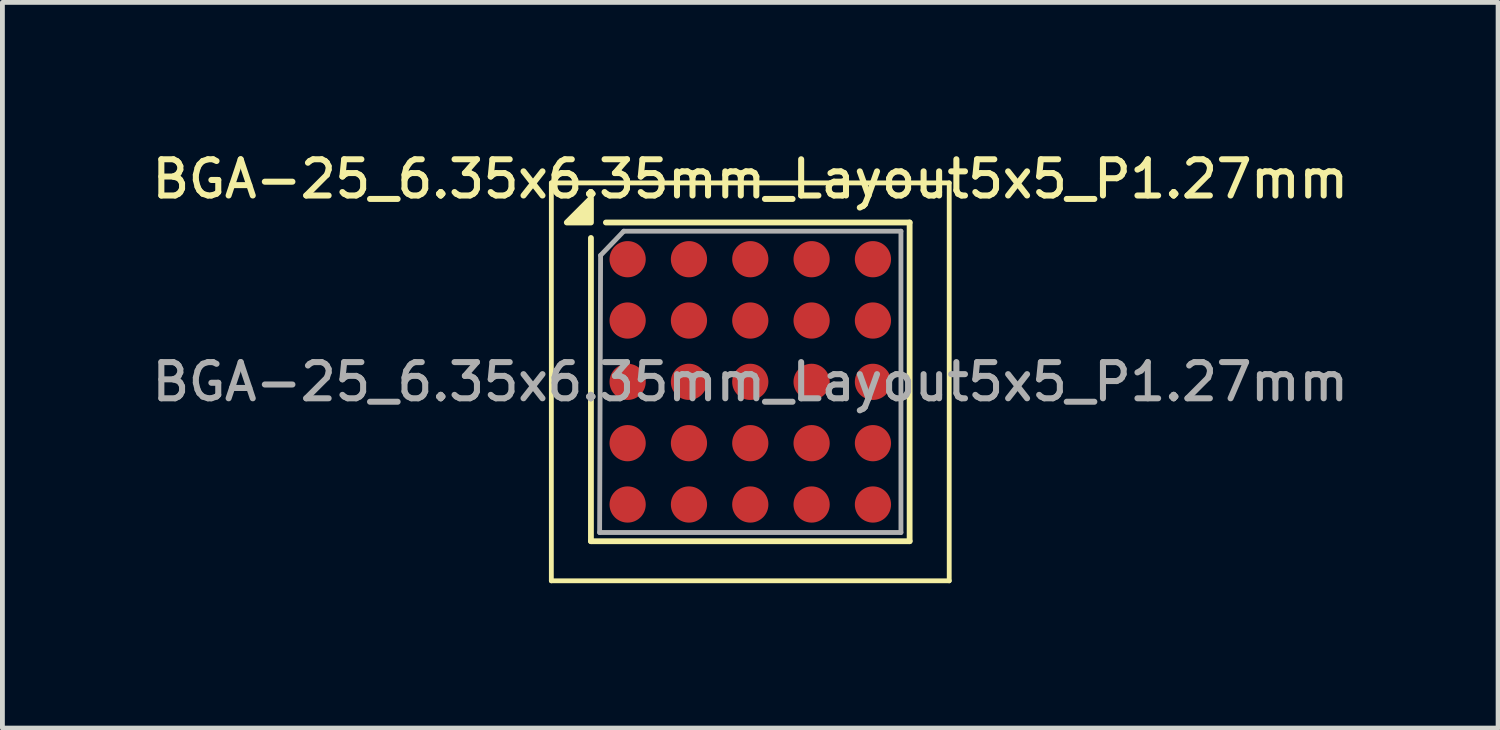
<source format=kicad_pcb>
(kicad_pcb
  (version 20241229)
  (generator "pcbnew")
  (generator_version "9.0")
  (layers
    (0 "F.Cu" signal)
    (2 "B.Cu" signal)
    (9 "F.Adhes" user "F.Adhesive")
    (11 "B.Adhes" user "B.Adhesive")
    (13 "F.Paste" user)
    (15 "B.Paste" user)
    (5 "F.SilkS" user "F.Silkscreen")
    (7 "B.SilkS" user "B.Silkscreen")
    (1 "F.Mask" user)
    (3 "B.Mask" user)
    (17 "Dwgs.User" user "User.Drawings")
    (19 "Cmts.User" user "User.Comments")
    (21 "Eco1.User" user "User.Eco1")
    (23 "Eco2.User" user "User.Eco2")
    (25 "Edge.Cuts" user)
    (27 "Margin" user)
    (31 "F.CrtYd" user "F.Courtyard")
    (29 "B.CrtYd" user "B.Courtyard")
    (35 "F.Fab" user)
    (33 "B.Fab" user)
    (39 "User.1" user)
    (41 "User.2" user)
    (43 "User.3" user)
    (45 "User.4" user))
  (footprint "BGA-25_6.35x6.35mm_Layout5x5_P1.27mm"
    (layer "F.Cu")
    (at 12.488 4.858)
    (property "Reference" "BGA-25_6.35x6.35mm_Layout5x5_P1.27mm" (at 0 -4.2 0) (layer "F.SilkS") (effects (font (size 0.75 0.75) (thickness 0.125))))
    (attr smd)
    (fp_line (start -4.12 -4.12) (end -4.12 4.12) (stroke (width 0.1) (type solid)) (layer "F.SilkS"))
    (fp_line (start -4.12 -4.12) (end 4.12 -4.12) (stroke (width 0.1) (type solid)) (layer "F.SilkS"))
    (fp_line (start -3.3 3.3) (end -3.3 -2.98) (stroke (width 0.12) (type solid)) (layer "F.SilkS"))
    (fp_line (start -2.99 -3.3) (end 3.3 -3.3) (stroke (width 0.12) (type solid)) (layer "F.SilkS"))
    (fp_line (start 3.3 -3.3) (end 3.3 3.3) (stroke (width 0.12) (type solid)) (layer "F.SilkS"))
    (fp_line (start 3.3 3.3) (end -3.3 3.3) (stroke (width 0.12) (type solid)) (layer "F.SilkS"))
    (fp_line (start 4.12 4.12) (end -4.12 4.12) (stroke (width 0.1) (type solid)) (layer "F.SilkS"))
    (fp_line (start 4.12 4.12) (end 4.12 -4.12) (stroke (width 0.1) (type solid)) (layer "F.SilkS"))
    (fp_poly (pts (xy -3.3 -3.3) (xy -3.8 -3.3) (xy -3.3 -3.8) (xy -3.3 -3.3)) (stroke (width 0.12) (type solid)) (fill yes) (layer "F.SilkS"))
    (fp_line (start -3.12 3.12) (end -3.1 -2.62) (stroke (width 0.1) (type solid)) (layer "F.Fab"))
    (fp_line (start -3.1 -2.62) (end -2.62 -3.12) (stroke (width 0.1) (type solid)) (layer "F.Fab"))
    (fp_line (start -2.62 -3.12) (end 3.12 -3.12) (stroke (width 0.1) (type solid)) (layer "F.Fab"))
    (fp_line (start 3.12 -3.12) (end 3.12 3.12) (stroke (width 0.1) (type solid)) (layer "F.Fab"))
    (fp_line (start 3.12 3.12) (end -3.12 3.12) (stroke (width 0.1) (type solid)) (layer "F.Fab"))
    (fp_text user "${REFERENCE}" (at 0 0 0) (layer "F.Fab") (effects (font (size 0.75 0.75) (thickness 0.125))))
    (pad "A1" smd circle (at -2.54 -2.54) (size 0.75 0.75) (property pad_prop_bga) (layers "F.Cu" "F.Mask" "F.Paste"))
    (pad "A2" smd circle (at -1.27 -2.54) (size 0.75 0.75) (property pad_prop_bga) (layers "F.Cu" "F.Mask" "F.Paste"))
    (pad "A3" smd circle (at 0 -2.54) (size 0.75 0.75) (property pad_prop_bga) (layers "F.Cu" "F.Mask" "F.Paste"))
    (pad "A4" smd circle (at 1.27 -2.54) (size 0.75 0.75) (property pad_prop_bga) (layers "F.Cu" "F.Mask" "F.Paste"))
    (pad "A5" smd circle (at 2.54 -2.54) (size 0.75 0.75) (property pad_prop_bga) (layers "F.Cu" "F.Mask" "F.Paste"))
    (pad "B1" smd circle (at -2.54 -1.27) (size 0.75 0.75) (property pad_prop_bga) (layers "F.Cu" "F.Mask" "F.Paste"))
    (pad "B2" smd circle (at -1.27 -1.27) (size 0.75 0.75) (property pad_prop_bga) (layers "F.Cu" "F.Mask" "F.Paste"))
    (pad "B3" smd circle (at 0 -1.27) (size 0.75 0.75) (property pad_prop_bga) (layers "F.Cu" "F.Mask" "F.Paste"))
    (pad "B4" smd circle (at 1.27 -1.27) (size 0.75 0.75) (property pad_prop_bga) (layers "F.Cu" "F.Mask" "F.Paste"))
    (pad "B5" smd circle (at 2.54 -1.27) (size 0.75 0.75) (property pad_prop_bga) (layers "F.Cu" "F.Mask" "F.Paste"))
    (pad "C1" smd circle (at -2.54 0) (size 0.75 0.75) (property pad_prop_bga) (layers "F.Cu" "F.Mask" "F.Paste"))
    (pad "C2" smd circle (at -1.27 0) (size 0.75 0.75) (property pad_prop_bga) (layers "F.Cu" "F.Mask" "F.Paste"))
    (pad "C3" smd circle (at 0 0) (size 0.75 0.75) (property pad_prop_bga) (layers "F.Cu" "F.Mask" "F.Paste"))
    (pad "C4" smd circle (at 1.27 0) (size 0.75 0.75) (property pad_prop_bga) (layers "F.Cu" "F.Mask" "F.Paste"))
    (pad "C5" smd circle (at 2.54 0) (size 0.75 0.75) (property pad_prop_bga) (layers "F.Cu" "F.Mask" "F.Paste"))
    (pad "D1" smd circle (at -2.54 1.27) (size 0.75 0.75) (property pad_prop_bga) (layers "F.Cu" "F.Mask" "F.Paste"))
    (pad "D2" smd circle (at -1.27 1.27) (size 0.75 0.75) (property pad_prop_bga) (layers "F.Cu" "F.Mask" "F.Paste"))
    (pad "D3" smd circle (at 0 1.27) (size 0.75 0.75) (property pad_prop_bga) (layers "F.Cu" "F.Mask" "F.Paste"))
    (pad "D4" smd circle (at 1.27 1.27) (size 0.75 0.75) (property pad_prop_bga) (layers "F.Cu" "F.Mask" "F.Paste"))
    (pad "D5" smd circle (at 2.54 1.27) (size 0.75 0.75) (property pad_prop_bga) (layers "F.Cu" "F.Mask" "F.Paste"))
    (pad "E1" smd circle (at -2.54 2.54) (size 0.75 0.75) (property pad_prop_bga) (layers "F.Cu" "F.Mask" "F.Paste"))
    (pad "E2" smd circle (at -1.27 2.54) (size 0.75 0.75) (property pad_prop_bga) (layers "F.Cu" "F.Mask" "F.Paste"))
    (pad "E3" smd circle (at 0 2.54) (size 0.75 0.75) (property pad_prop_bga) (layers "F.Cu" "F.Mask" "F.Paste"))
    (pad "E4" smd circle (at 1.27 2.54) (size 0.75 0.75) (property pad_prop_bga) (layers "F.Cu" "F.Mask" "F.Paste"))
    (pad "E5" smd circle (at 2.54 2.54) (size 0.75 0.75) (property pad_prop_bga) (layers "F.Cu" "F.Mask" "F.Paste")))
  (gr_rect
    (start -3 -3)
    (end 27.975 12.028)
    (stroke (width 0.1) (type default))
    (fill no)
    (layer "Edge.Cuts")))
</source>
